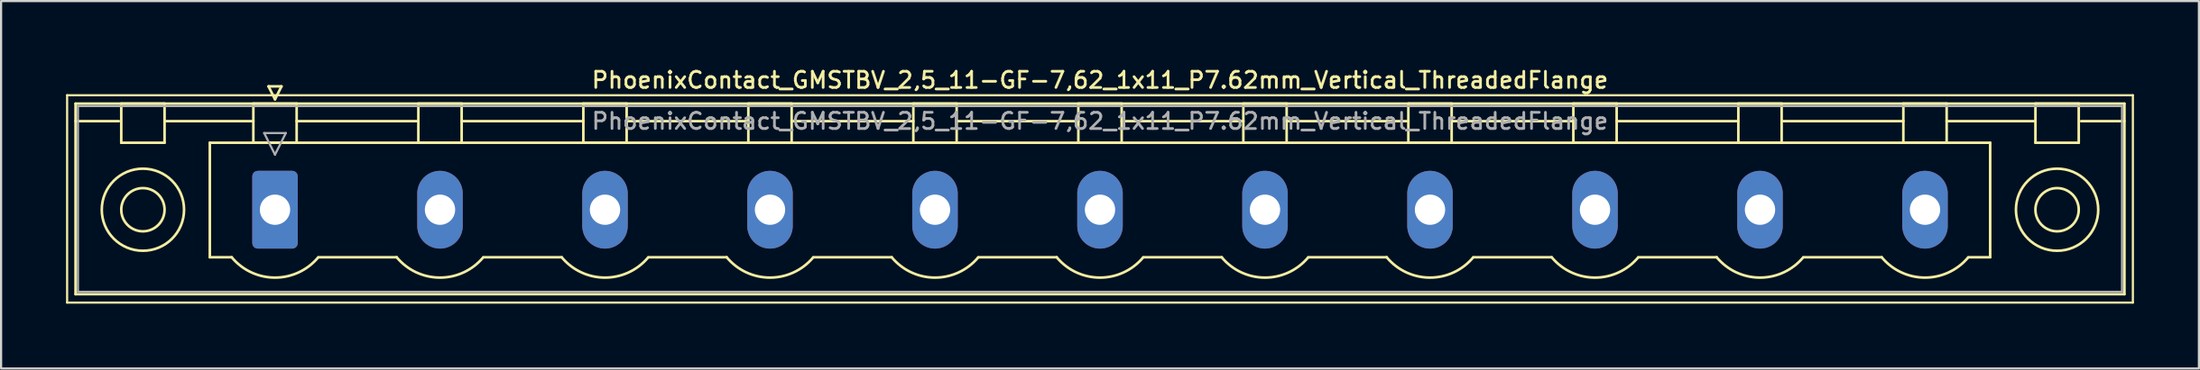
<source format=kicad_pcb>
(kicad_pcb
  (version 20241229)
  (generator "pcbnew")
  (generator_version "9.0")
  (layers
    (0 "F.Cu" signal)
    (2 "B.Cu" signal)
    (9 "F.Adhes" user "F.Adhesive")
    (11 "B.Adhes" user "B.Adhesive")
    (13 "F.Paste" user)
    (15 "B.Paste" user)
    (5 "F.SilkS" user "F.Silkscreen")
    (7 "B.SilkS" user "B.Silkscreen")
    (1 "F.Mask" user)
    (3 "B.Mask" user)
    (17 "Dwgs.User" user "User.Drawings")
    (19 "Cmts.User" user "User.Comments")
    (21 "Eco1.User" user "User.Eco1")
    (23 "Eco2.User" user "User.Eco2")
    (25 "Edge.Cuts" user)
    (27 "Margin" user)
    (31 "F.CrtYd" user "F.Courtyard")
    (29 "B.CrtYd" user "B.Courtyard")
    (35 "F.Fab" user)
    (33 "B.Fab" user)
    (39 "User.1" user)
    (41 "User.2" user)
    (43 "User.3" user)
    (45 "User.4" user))
  (footprint "PhoenixContact_GMSTBV_2,5_11-GF-7,62_1x11_P7.62mm_Vertical_ThreadedFlange"
    (layer "F.Cu")
    (at 9.65 6.658)
    (property "Reference" "PhoenixContact_GMSTBV_2,5_11-GF-7,62_1x11_P7.62mm_Vertical_ThreadedFlange" (at 38.1 -6 0) (layer "F.SilkS") (effects (font (size 0.75 0.75) (thickness 0.125))))
    (attr through_hole)
    (fp_line (start -9.6 -5.3) (end -9.6 4.3) (stroke (width 0.1) (type solid)) (layer "F.SilkS"))
    (fp_line (start -9.6 4.3) (end 85.8 4.3) (stroke (width 0.1) (type solid)) (layer "F.SilkS"))
    (fp_line (start -9.21 -4.91) (end -9.21 3.91) (stroke (width 0.12) (type solid)) (layer "F.SilkS"))
    (fp_line (start -9.21 -4.1) (end -7.21 -4.1) (stroke (width 0.12) (type solid)) (layer "F.SilkS"))
    (fp_line (start -9.21 3.91) (end 85.41 3.91) (stroke (width 0.12) (type solid)) (layer "F.SilkS"))
    (fp_line (start -7.1 -4.91) (end -5.1 -4.91) (stroke (width 0.12) (type solid)) (layer "F.SilkS"))
    (fp_line (start -7.1 -3.1) (end -7.1 -4.91) (stroke (width 0.12) (type solid)) (layer "F.SilkS"))
    (fp_line (start -5.1 -4.91) (end -5.1 -3.1) (stroke (width 0.12) (type solid)) (layer "F.SilkS"))
    (fp_line (start -5.1 -4.1) (end -1 -4.1) (stroke (width 0.12) (type solid)) (layer "F.SilkS"))
    (fp_line (start -5.1 -3.1) (end -7.1 -3.1) (stroke (width 0.12) (type solid)) (layer "F.SilkS"))
    (fp_line (start -3.01 -3.1) (end 79.21 -3.1) (stroke (width 0.12) (type solid)) (layer "F.SilkS"))
    (fp_line (start -3.01 2.2) (end -3.01 -3.1) (stroke (width 0.12) (type solid)) (layer "F.SilkS"))
    (fp_line (start -2 2.2) (end -3.01 2.2) (stroke (width 0.12) (type solid)) (layer "F.SilkS"))
    (fp_line (start -1 -4.91) (end 1 -4.91) (stroke (width 0.12) (type solid)) (layer "F.SilkS"))
    (fp_line (start -1 -3.1) (end -1 -4.91) (stroke (width 0.12) (type solid)) (layer "F.SilkS"))
    (fp_line (start -0.3 -5.71) (end 0.3 -5.71) (stroke (width 0.12) (type solid)) (layer "F.SilkS"))
    (fp_line (start 0 -5.11) (end -0.3 -5.71) (stroke (width 0.12) (type solid)) (layer "F.SilkS"))
    (fp_line (start 0.3 -5.71) (end 0 -5.11) (stroke (width 0.12) (type solid)) (layer "F.SilkS"))
    (fp_line (start 1 -4.91) (end 1 -3.1) (stroke (width 0.12) (type solid)) (layer "F.SilkS"))
    (fp_line (start 1 -4.1) (end 6.62 -4.1) (stroke (width 0.12) (type solid)) (layer "F.SilkS"))
    (fp_line (start 1 -3.1) (end -1 -3.1) (stroke (width 0.12) (type solid)) (layer "F.SilkS"))
    (fp_line (start 2 2.2) (end 5.62 2.2) (stroke (width 0.12) (type solid)) (layer "F.SilkS"))
    (fp_line (start 6.62 -4.91) (end 8.62 -4.91) (stroke (width 0.12) (type solid)) (layer "F.SilkS"))
    (fp_line (start 6.62 -3.1) (end 6.62 -4.91) (stroke (width 0.12) (type solid)) (layer "F.SilkS"))
    (fp_line (start 8.62 -4.91) (end 8.62 -3.1) (stroke (width 0.12) (type solid)) (layer "F.SilkS"))
    (fp_line (start 8.62 -4.1) (end 14.24 -4.1) (stroke (width 0.12) (type solid)) (layer "F.SilkS"))
    (fp_line (start 8.62 -3.1) (end 6.62 -3.1) (stroke (width 0.12) (type solid)) (layer "F.SilkS"))
    (fp_line (start 9.62 2.2) (end 13.24 2.2) (stroke (width 0.12) (type solid)) (layer "F.SilkS"))
    (fp_line (start 14.24 -4.91) (end 16.24 -4.91) (stroke (width 0.12) (type solid)) (layer "F.SilkS"))
    (fp_line (start 14.24 -3.1) (end 14.24 -4.91) (stroke (width 0.12) (type solid)) (layer "F.SilkS"))
    (fp_line (start 16.24 -4.91) (end 16.24 -3.1) (stroke (width 0.12) (type solid)) (layer "F.SilkS"))
    (fp_line (start 16.24 -4.1) (end 21.86 -4.1) (stroke (width 0.12) (type solid)) (layer "F.SilkS"))
    (fp_line (start 16.24 -3.1) (end 14.24 -3.1) (stroke (width 0.12) (type solid)) (layer "F.SilkS"))
    (fp_line (start 17.24 2.2) (end 20.86 2.2) (stroke (width 0.12) (type solid)) (layer "F.SilkS"))
    (fp_line (start 21.86 -4.91) (end 23.86 -4.91) (stroke (width 0.12) (type solid)) (layer "F.SilkS"))
    (fp_line (start 21.86 -3.1) (end 21.86 -4.91) (stroke (width 0.12) (type solid)) (layer "F.SilkS"))
    (fp_line (start 23.86 -4.91) (end 23.86 -3.1) (stroke (width 0.12) (type solid)) (layer "F.SilkS"))
    (fp_line (start 23.86 -4.1) (end 29.48 -4.1) (stroke (width 0.12) (type solid)) (layer "F.SilkS"))
    (fp_line (start 23.86 -3.1) (end 21.86 -3.1) (stroke (width 0.12) (type solid)) (layer "F.SilkS"))
    (fp_line (start 24.86 2.2) (end 28.48 2.2) (stroke (width 0.12) (type solid)) (layer "F.SilkS"))
    (fp_line (start 29.48 -4.91) (end 31.48 -4.91) (stroke (width 0.12) (type solid)) (layer "F.SilkS"))
    (fp_line (start 29.48 -3.1) (end 29.48 -4.91) (stroke (width 0.12) (type solid)) (layer "F.SilkS"))
    (fp_line (start 31.48 -4.91) (end 31.48 -3.1) (stroke (width 0.12) (type solid)) (layer "F.SilkS"))
    (fp_line (start 31.48 -4.1) (end 37.1 -4.1) (stroke (width 0.12) (type solid)) (layer "F.SilkS"))
    (fp_line (start 31.48 -3.1) (end 29.48 -3.1) (stroke (width 0.12) (type solid)) (layer "F.SilkS"))
    (fp_line (start 32.48 2.2) (end 36.1 2.2) (stroke (width 0.12) (type solid)) (layer "F.SilkS"))
    (fp_line (start 37.1 -4.91) (end 39.1 -4.91) (stroke (width 0.12) (type solid)) (layer "F.SilkS"))
    (fp_line (start 37.1 -3.1) (end 37.1 -4.91) (stroke (width 0.12) (type solid)) (layer "F.SilkS"))
    (fp_line (start 39.1 -4.91) (end 39.1 -3.1) (stroke (width 0.12) (type solid)) (layer "F.SilkS"))
    (fp_line (start 39.1 -4.1) (end 44.72 -4.1) (stroke (width 0.12) (type solid)) (layer "F.SilkS"))
    (fp_line (start 39.1 -3.1) (end 37.1 -3.1) (stroke (width 0.12) (type solid)) (layer "F.SilkS"))
    (fp_line (start 40.1 2.2) (end 43.72 2.2) (stroke (width 0.12) (type solid)) (layer "F.SilkS"))
    (fp_line (start 44.72 -4.91) (end 46.72 -4.91) (stroke (width 0.12) (type solid)) (layer "F.SilkS"))
    (fp_line (start 44.72 -3.1) (end 44.72 -4.91) (stroke (width 0.12) (type solid)) (layer "F.SilkS"))
    (fp_line (start 46.72 -4.91) (end 46.72 -3.1) (stroke (width 0.12) (type solid)) (layer "F.SilkS"))
    (fp_line (start 46.72 -4.1) (end 52.34 -4.1) (stroke (width 0.12) (type solid)) (layer "F.SilkS"))
    (fp_line (start 46.72 -3.1) (end 44.72 -3.1) (stroke (width 0.12) (type solid)) (layer "F.SilkS"))
    (fp_line (start 47.72 2.2) (end 51.34 2.2) (stroke (width 0.12) (type solid)) (layer "F.SilkS"))
    (fp_line (start 52.34 -4.91) (end 54.34 -4.91) (stroke (width 0.12) (type solid)) (layer "F.SilkS"))
    (fp_line (start 52.34 -3.1) (end 52.34 -4.91) (stroke (width 0.12) (type solid)) (layer "F.SilkS"))
    (fp_line (start 54.34 -4.91) (end 54.34 -3.1) (stroke (width 0.12) (type solid)) (layer "F.SilkS"))
    (fp_line (start 54.34 -4.1) (end 59.96 -4.1) (stroke (width 0.12) (type solid)) (layer "F.SilkS"))
    (fp_line (start 54.34 -3.1) (end 52.34 -3.1) (stroke (width 0.12) (type solid)) (layer "F.SilkS"))
    (fp_line (start 55.34 2.2) (end 58.96 2.2) (stroke (width 0.12) (type solid)) (layer "F.SilkS"))
    (fp_line (start 59.96 -4.91) (end 61.96 -4.91) (stroke (width 0.12) (type solid)) (layer "F.SilkS"))
    (fp_line (start 59.96 -3.1) (end 59.96 -4.91) (stroke (width 0.12) (type solid)) (layer "F.SilkS"))
    (fp_line (start 61.96 -4.91) (end 61.96 -3.1) (stroke (width 0.12) (type solid)) (layer "F.SilkS"))
    (fp_line (start 61.96 -4.1) (end 67.58 -4.1) (stroke (width 0.12) (type solid)) (layer "F.SilkS"))
    (fp_line (start 61.96 -3.1) (end 59.96 -3.1) (stroke (width 0.12) (type solid)) (layer "F.SilkS"))
    (fp_line (start 62.96 2.2) (end 66.58 2.2) (stroke (width 0.12) (type solid)) (layer "F.SilkS"))
    (fp_line (start 67.58 -4.91) (end 69.58 -4.91) (stroke (width 0.12) (type solid)) (layer "F.SilkS"))
    (fp_line (start 67.58 -3.1) (end 67.58 -4.91) (stroke (width 0.12) (type solid)) (layer "F.SilkS"))
    (fp_line (start 69.58 -4.91) (end 69.58 -3.1) (stroke (width 0.12) (type solid)) (layer "F.SilkS"))
    (fp_line (start 69.58 -4.1) (end 75.2 -4.1) (stroke (width 0.12) (type solid)) (layer "F.SilkS"))
    (fp_line (start 69.58 -3.1) (end 67.58 -3.1) (stroke (width 0.12) (type solid)) (layer "F.SilkS"))
    (fp_line (start 70.58 2.2) (end 74.2 2.2) (stroke (width 0.12) (type solid)) (layer "F.SilkS"))
    (fp_line (start 75.2 -4.91) (end 77.2 -4.91) (stroke (width 0.12) (type solid)) (layer "F.SilkS"))
    (fp_line (start 75.2 -3.1) (end 75.2 -4.91) (stroke (width 0.12) (type solid)) (layer "F.SilkS"))
    (fp_line (start 77.2 -4.91) (end 77.2 -3.1) (stroke (width 0.12) (type solid)) (layer "F.SilkS"))
    (fp_line (start 77.2 -4.1) (end 81.3 -4.1) (stroke (width 0.12) (type solid)) (layer "F.SilkS"))
    (fp_line (start 77.2 -3.1) (end 75.2 -3.1) (stroke (width 0.12) (type solid)) (layer "F.SilkS"))
    (fp_line (start 79.21 -3.1) (end 79.21 2.2) (stroke (width 0.12) (type solid)) (layer "F.SilkS"))
    (fp_line (start 79.21 2.2) (end 78.2 2.2) (stroke (width 0.12) (type solid)) (layer "F.SilkS"))
    (fp_line (start 81.3 -4.91) (end 83.3 -4.91) (stroke (width 0.12) (type solid)) (layer "F.SilkS"))
    (fp_line (start 81.3 -3.1) (end 81.3 -4.91) (stroke (width 0.12) (type solid)) (layer "F.SilkS"))
    (fp_line (start 83.3 -4.91) (end 83.3 -3.1) (stroke (width 0.12) (type solid)) (layer "F.SilkS"))
    (fp_line (start 83.3 -3.1) (end 81.3 -3.1) (stroke (width 0.12) (type solid)) (layer "F.SilkS"))
    (fp_line (start 85.41 -4.91) (end -9.21 -4.91) (stroke (width 0.12) (type solid)) (layer "F.SilkS"))
    (fp_line (start 85.41 -4.1) (end 83.41 -4.1) (stroke (width 0.12) (type solid)) (layer "F.SilkS"))
    (fp_line (start 85.41 3.91) (end 85.41 -4.91) (stroke (width 0.12) (type solid)) (layer "F.SilkS"))
    (fp_line (start 85.8 -5.3) (end -9.6 -5.3) (stroke (width 0.1) (type solid)) (layer "F.SilkS"))
    (fp_line (start 85.8 4.3) (end 85.8 -5.3) (stroke (width 0.1) (type solid)) (layer "F.SilkS"))
    (fp_arc (start 1.986842 2.215821) (mid -0.010289 3.142758) (end -2 2.2) (stroke (width 0.12) (type solid)) (layer "F.SilkS"))
    (fp_arc (start 9.606842 2.215821) (mid 7.609711 3.142758) (end 5.62 2.2) (stroke (width 0.12) (type solid)) (layer "F.SilkS"))
    (fp_arc (start 17.226842 2.215821) (mid 15.229711 3.142758) (end 13.24 2.2) (stroke (width 0.12) (type solid)) (layer "F.SilkS"))
    (fp_arc (start 24.846842 2.215821) (mid 22.849711 3.142758) (end 20.86 2.2) (stroke (width 0.12) (type solid)) (layer "F.SilkS"))
    (fp_arc (start 32.466842 2.215821) (mid 30.469711 3.142758) (end 28.48 2.2) (stroke (width 0.12) (type solid)) (layer "F.SilkS"))
    (fp_arc (start 40.086842 2.215821) (mid 38.089711 3.142758) (end 36.1 2.2) (stroke (width 0.12) (type solid)) (layer "F.SilkS"))
    (fp_arc (start 47.706842 2.215821) (mid 45.709711 3.142758) (end 43.72 2.2) (stroke (width 0.12) (type solid)) (layer "F.SilkS"))
    (fp_arc (start 55.326842 2.215821) (mid 53.329711 3.142758) (end 51.34 2.2) (stroke (width 0.12) (type solid)) (layer "F.SilkS"))
    (fp_arc (start 62.946842 2.215821) (mid 60.949711 3.142758) (end 58.96 2.2) (stroke (width 0.12) (type solid)) (layer "F.SilkS"))
    (fp_arc (start 70.566842 2.215821) (mid 68.569711 3.142758) (end 66.58 2.2) (stroke (width 0.12) (type solid)) (layer "F.SilkS"))
    (fp_arc (start 78.186842 2.215821) (mid 76.189711 3.142758) (end 74.2 2.2) (stroke (width 0.12) (type solid)) (layer "F.SilkS"))
    (fp_circle (center -6.1 0) (end -5.1 0) (stroke (width 0.12) (type solid)) (fill no) (layer "F.SilkS"))
    (fp_circle (center -6.1 0) (end -4.2 0) (stroke (width 0.12) (type solid)) (fill no) (layer "F.SilkS"))
    (fp_circle (center 82.3 0) (end 83.3 0) (stroke (width 0.12) (type solid)) (fill no) (layer "F.SilkS"))
    (fp_circle (center 82.3 0) (end 84.2 0) (stroke (width 0.12) (type solid)) (fill no) (layer "F.SilkS"))
    (fp_line (start -9.1 -4.8) (end -9.1 3.8) (stroke (width 0.1) (type solid)) (layer "F.Fab"))
    (fp_line (start -9.1 3.8) (end 85.3 3.8) (stroke (width 0.1) (type solid)) (layer "F.Fab"))
    (fp_line (start -0.5 -3.55) (end 0.5 -3.55) (stroke (width 0.1) (type solid)) (layer "F.Fab"))
    (fp_line (start 0 -2.55) (end -0.5 -3.55) (stroke (width 0.1) (type solid)) (layer "F.Fab"))
    (fp_line (start 0.5 -3.55) (end 0 -2.55) (stroke (width 0.1) (type solid)) (layer "F.Fab"))
    (fp_line (start 85.3 -4.8) (end -9.1 -4.8) (stroke (width 0.1) (type solid)) (layer "F.Fab"))
    (fp_line (start 85.3 3.8) (end 85.3 -4.8) (stroke (width 0.1) (type solid)) (layer "F.Fab"))
    (fp_text user "${REFERENCE}" (at 38.1 -4.1 0) (layer "F.Fab") (effects (font (size 0.75 0.75) (thickness 0.125))))
    (pad "1" thru_hole roundrect (at 0 0) (size 2.1 3.6) (drill 1.4) (layers "*.Cu" "*.Mask") (roundrect_rratio 0.119))
    (pad "2" thru_hole oval (at 7.62 0) (size 2.1 3.6) (drill 1.4) (layers "*.Cu" "*.Mask"))
    (pad "3" thru_hole oval (at 15.24 0) (size 2.1 3.6) (drill 1.4) (layers "*.Cu" "*.Mask"))
    (pad "4" thru_hole oval (at 22.86 0) (size 2.1 3.6) (drill 1.4) (layers "*.Cu" "*.Mask"))
    (pad "5" thru_hole oval (at 30.48 0) (size 2.1 3.6) (drill 1.4) (layers "*.Cu" "*.Mask"))
    (pad "6" thru_hole oval (at 38.1 0) (size 2.1 3.6) (drill 1.4) (layers "*.Cu" "*.Mask"))
    (pad "7" thru_hole oval (at 45.72 0) (size 2.1 3.6) (drill 1.4) (layers "*.Cu" "*.Mask"))
    (pad "8" thru_hole oval (at 53.34 0) (size 2.1 3.6) (drill 1.4) (layers "*.Cu" "*.Mask"))
    (pad "9" thru_hole oval (at 60.96 0) (size 2.1 3.6) (drill 1.4) (layers "*.Cu" "*.Mask"))
    (pad "10" thru_hole oval (at 68.58 0) (size 2.1 3.6) (drill 1.4) (layers "*.Cu" "*.Mask"))
    (pad "11" thru_hole oval (at 76.2 0) (size 2.1 3.6) (drill 1.4) (layers "*.Cu" "*.Mask")))
  (gr_rect
    (start -3 -3)
    (end 98.5 14.008)
    (stroke (width 0.1) (type default))
    (fill no)
    (layer "Edge.Cuts")))
</source>
